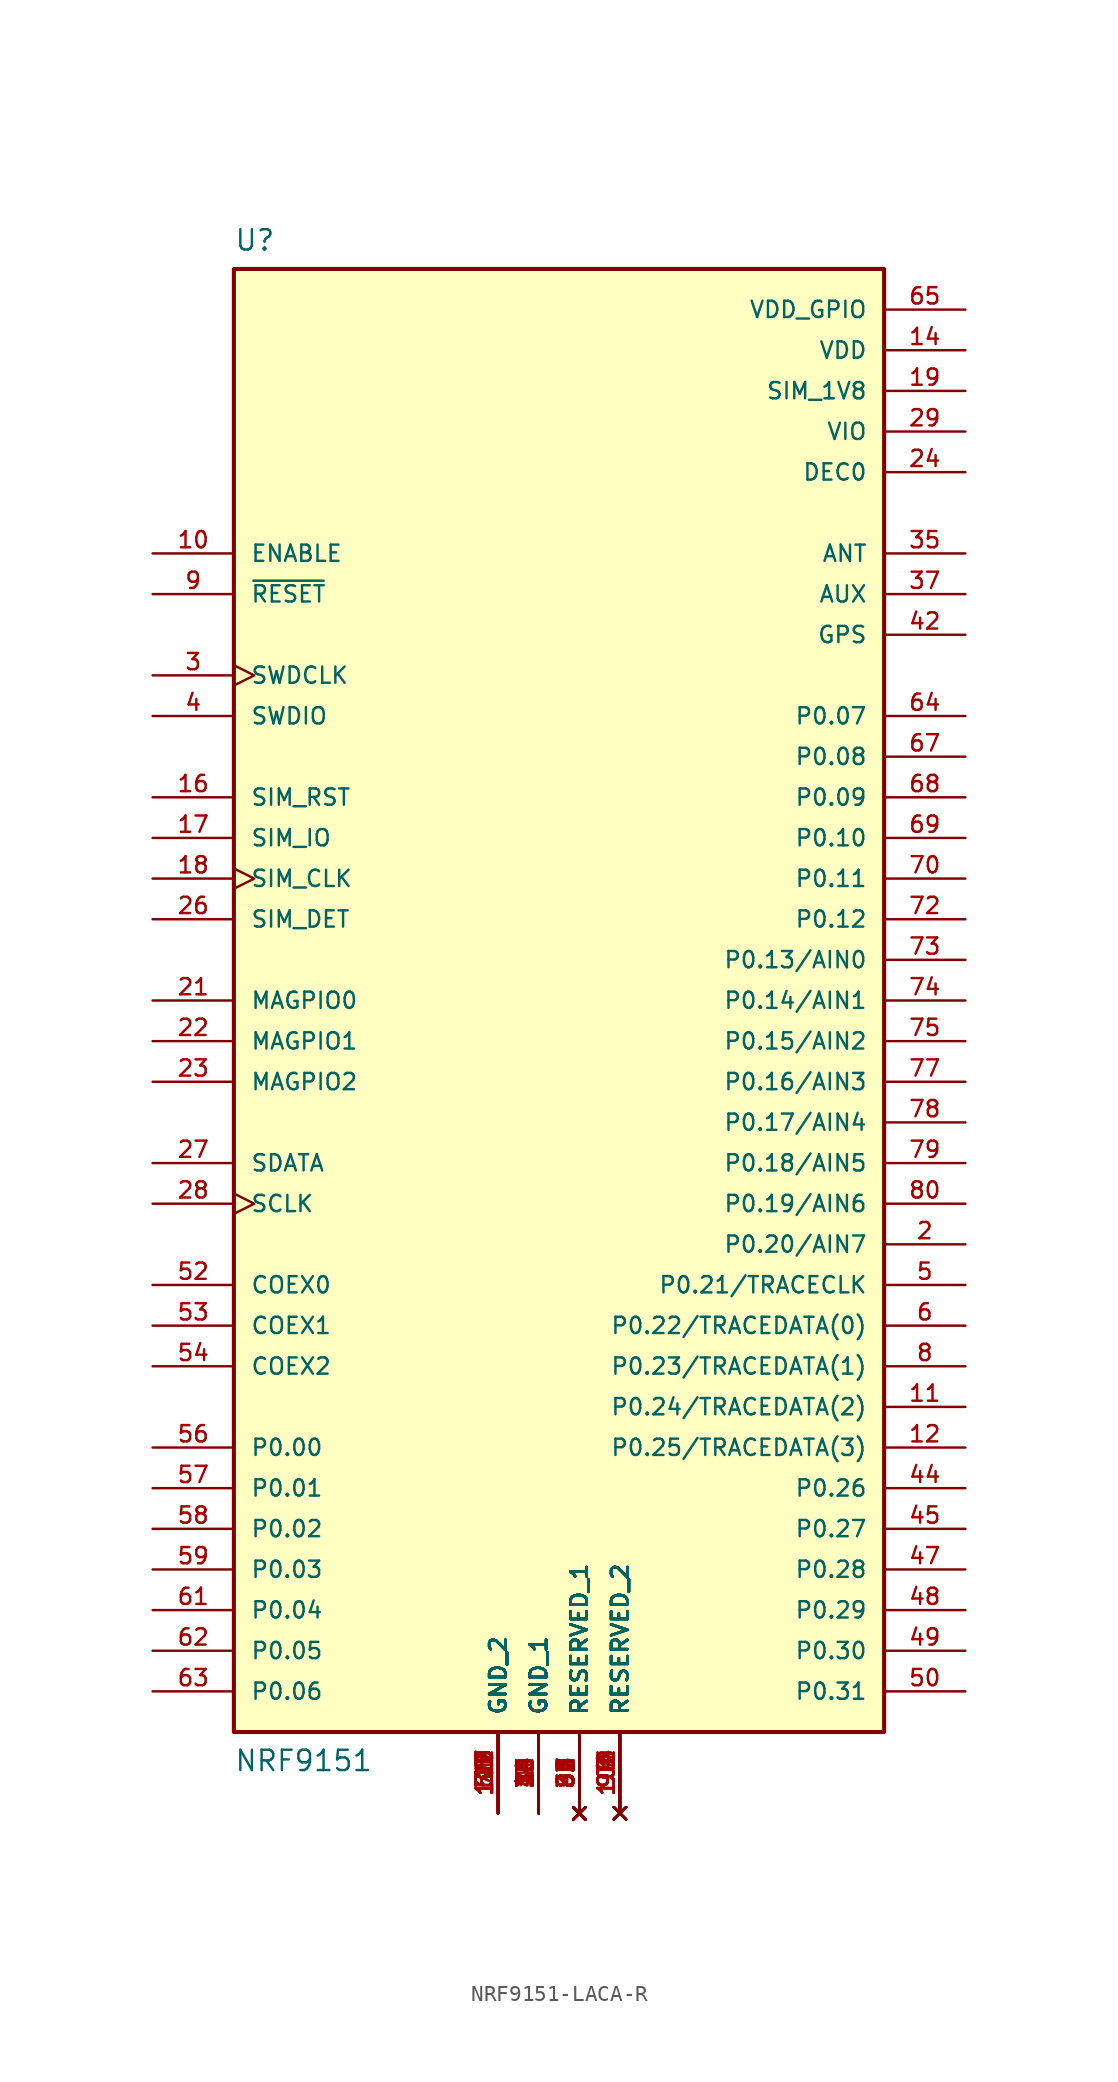
<source format=kicad_sym>
(kicad_symbol_lib
  (version 20231120)
  (generator "kicad_symbol_editor")
  (generator_version "8.0")
  (symbol "NRF9151-LACA-R"
    (pin_names
      (offset 1.016))
    (property "Reference" "U"
      (at -20.32 48.26 0)
      (effects (font (size 1.27 1.27)) (justify left top)))
    (property "Value" "NRF9151"
      (at -20.32 -48.26 0)
      (effects (font (size 1.27 1.27)) (justify left bottom)))
    (symbol "NRF9151-LACA-R_1_0"
      (rectangle (start -20.32 -45.72) (end 20.32 45.72) (stroke (width 0.254) (type default)) (fill (type background)))
      (pin power_in line (at -1.27 -50.8 90) (length 5.08) (name "GND_1" (effects (font (size 1.016 1.016)))) (number "1" (effects (font (size 1.016 1.016)))))
      (pin input line (at -25.4 27.94 0) (length 5.08) (name "ENABLE" (effects (font (size 1.016 1.016)))) (number "10" (effects (font (size 1.016 1.016)))))
      (pin no_connect line (at 3.81 -50.8 90) (length 5.08) (name "RESERVED_2" (effects (font (size 1.016 1.016)))) (number "100" (effects (font (size 1.016 1.016)))))
      (pin no_connect line (at 3.81 -50.8 90) (length 5.08) (name "RESERVED_2" (effects (font (size 1.016 1.016)))) (number "101" (effects (font (size 1.016 1.016)))))
      (pin no_connect line (at 3.81 -50.8 90) (length 5.08) (name "RESERVED_2" (effects (font (size 1.016 1.016)))) (number "102" (effects (font (size 1.016 1.016)))))
      (pin no_connect line (at 3.81 -50.8 90) (length 5.08) (name "RESERVED_2" (effects (font (size 1.016 1.016)))) (number "103" (effects (font (size 1.016 1.016)))))
      (pin no_connect line (at 3.81 -50.8 90) (length 5.08) (name "RESERVED_2" (effects (font (size 1.016 1.016)))) (number "104" (effects (font (size 1.016 1.016)))))
      (pin power_in line (at -3.81 -50.8 90) (length 5.08) (name "GND_2" (effects (font (size 1.016 1.016)))) (number "105" (effects (font (size 1.016 1.016)))))
      (pin power_in line (at -3.81 -50.8 90) (length 5.08) (name "GND_2" (effects (font (size 1.016 1.016)))) (number "106" (effects (font (size 1.016 1.016)))))
      (pin power_in line (at -3.81 -50.8 90) (length 5.08) (name "GND_2" (effects (font (size 1.016 1.016)))) (number "107" (effects (font (size 1.016 1.016)))))
      (pin power_in line (at -3.81 -50.8 90) (length 5.08) (name "GND_2" (effects (font (size 1.016 1.016)))) (number "108" (effects (font (size 1.016 1.016)))))
      (pin power_in line (at -3.81 -50.8 90) (length 5.08) (name "GND_2" (effects (font (size 1.016 1.016)))) (number "109" (effects (font (size 1.016 1.016)))))
      (pin bidirectional line (at 25.4 -25.4 180) (length 5.08) (name "P0.24/TRACEDATA(2)" (effects (font (size 1.016 1.016)))) (number "11" (effects (font (size 1.016 1.016)))))
      (pin power_in line (at -3.81 -50.8 90) (length 5.08) (name "GND_2" (effects (font (size 1.016 1.016)))) (number "110" (effects (font (size 1.016 1.016)))))
      (pin power_in line (at -3.81 -50.8 90) (length 5.08) (name "GND_2" (effects (font (size 1.016 1.016)))) (number "111" (effects (font (size 1.016 1.016)))))
      (pin power_in line (at -3.81 -50.8 90) (length 5.08) (name "GND_2" (effects (font (size 1.016 1.016)))) (number "112" (effects (font (size 1.016 1.016)))))
      (pin power_in line (at -3.81 -50.8 90) (length 5.08) (name "GND_2" (effects (font (size 1.016 1.016)))) (number "113" (effects (font (size 1.016 1.016)))))
      (pin bidirectional line (at 25.4 -27.94 180) (length 5.08) (name "P0.25/TRACEDATA(3)" (effects (font (size 1.016 1.016)))) (number "12" (effects (font (size 1.016 1.016)))))
      (pin power_in line (at -1.27 -50.8 90) (length 5.08) (name "GND_1" (effects (font (size 1.016 1.016)))) (number "13" (effects (font (size 1.016 1.016)))))
      (pin power_in line (at 25.4 40.64 180) (length 5.08) (name "VDD" (effects (font (size 1.016 1.016)))) (number "14" (effects (font (size 1.016 1.016)))))
      (pin power_in line (at -1.27 -50.8 90) (length 5.08) (name "GND_1" (effects (font (size 1.016 1.016)))) (number "15" (effects (font (size 1.016 1.016)))))
      (pin bidirectional line (at -25.4 12.7 0) (length 5.08) (name "SIM_RST" (effects (font (size 1.016 1.016)))) (number "16" (effects (font (size 1.016 1.016)))))
      (pin bidirectional line (at -25.4 10.16 0) (length 5.08) (name "SIM_IO" (effects (font (size 1.016 1.016)))) (number "17" (effects (font (size 1.016 1.016)))))
      (pin bidirectional clock (at -25.4 7.62 0) (length 5.08) (name "SIM_CLK" (effects (font (size 1.016 1.016)))) (number "18" (effects (font (size 1.016 1.016)))))
      (pin power_in line (at 25.4 38.1 180) (length 5.08) (name "SIM_1V8" (effects (font (size 1.016 1.016)))) (number "19" (effects (font (size 1.016 1.016)))))
      (pin bidirectional line (at 25.4 -15.24 180) (length 5.08) (name "P0.20/AIN7" (effects (font (size 1.016 1.016)))) (number "2" (effects (font (size 1.016 1.016)))))
      (pin power_in line (at -1.27 -50.8 90) (length 5.08) (name "GND_1" (effects (font (size 1.016 1.016)))) (number "20" (effects (font (size 1.016 1.016)))))
      (pin bidirectional line (at -25.4 0 0) (length 5.08) (name "MAGPIO0" (effects (font (size 1.016 1.016)))) (number "21" (effects (font (size 1.016 1.016)))))
      (pin bidirectional line (at -25.4 -2.54 0) (length 5.08) (name "MAGPIO1" (effects (font (size 1.016 1.016)))) (number "22" (effects (font (size 1.016 1.016)))))
      (pin bidirectional line (at -25.4 -5.08 0) (length 5.08) (name "MAGPIO2" (effects (font (size 1.016 1.016)))) (number "23" (effects (font (size 1.016 1.016)))))
      (pin power_in line (at 25.4 33.02 180) (length 5.08) (name "DEC0" (effects (font (size 1.016 1.016)))) (number "24" (effects (font (size 1.016 1.016)))))
      (pin power_in line (at -1.27 -50.8 90) (length 5.08) (name "GND_1" (effects (font (size 1.016 1.016)))) (number "25" (effects (font (size 1.016 1.016)))))
      (pin bidirectional line (at -25.4 5.08 0) (length 5.08) (name "SIM_DET" (effects (font (size 1.016 1.016)))) (number "26" (effects (font (size 1.016 1.016)))))
      (pin bidirectional line (at -25.4 -10.16 0) (length 5.08) (name "SDATA" (effects (font (size 1.016 1.016)))) (number "27" (effects (font (size 1.016 1.016)))))
      (pin bidirectional clock (at -25.4 -12.7 0) (length 5.08) (name "SCLK" (effects (font (size 1.016 1.016)))) (number "28" (effects (font (size 1.016 1.016)))))
      (pin power_in line (at 25.4 35.56 180) (length 5.08) (name "VIO" (effects (font (size 1.016 1.016)))) (number "29" (effects (font (size 1.016 1.016)))))
      (pin input clock (at -25.4 20.32 0) (length 5.08) (name "SWDCLK" (effects (font (size 1.016 1.016)))) (number "3" (effects (font (size 1.016 1.016)))))
      (pin power_in line (at -1.27 -50.8 90) (length 5.08) (name "GND_1" (effects (font (size 1.016 1.016)))) (number "30" (effects (font (size 1.016 1.016)))))
      (pin no_connect line (at 1.27 -50.8 90) (length 5.08) (name "RESERVED_1" (effects (font (size 1.016 1.016)))) (number "31" (effects (font (size 1.016 1.016)))))
      (pin no_connect line (at 1.27 -50.8 90) (length 5.08) (name "RESERVED_1" (effects (font (size 1.016 1.016)))) (number "32" (effects (font (size 1.016 1.016)))))
      (pin no_connect line (at 1.27 -50.8 90) (length 5.08) (name "RESERVED_1" (effects (font (size 1.016 1.016)))) (number "33" (effects (font (size 1.016 1.016)))))
      (pin power_in line (at -1.27 -50.8 90) (length 5.08) (name "GND_1" (effects (font (size 1.016 1.016)))) (number "34" (effects (font (size 1.016 1.016)))))
      (pin bidirectional line (at 25.4 27.94 180) (length 5.08) (name "ANT" (effects (font (size 1.016 1.016)))) (number "35" (effects (font (size 1.016 1.016)))))
      (pin power_in line (at -1.27 -50.8 90) (length 5.08) (name "GND_1" (effects (font (size 1.016 1.016)))) (number "36" (effects (font (size 1.016 1.016)))))
      (pin bidirectional line (at 25.4 25.4 180) (length 5.08) (name "AUX" (effects (font (size 1.016 1.016)))) (number "37" (effects (font (size 1.016 1.016)))))
      (pin power_in line (at -1.27 -50.8 90) (length 5.08) (name "GND_1" (effects (font (size 1.016 1.016)))) (number "38" (effects (font (size 1.016 1.016)))))
      (pin power_in line (at -1.27 -50.8 90) (length 5.08) (name "GND_1" (effects (font (size 1.016 1.016)))) (number "39" (effects (font (size 1.016 1.016)))))
      (pin bidirectional line (at -25.4 17.78 0) (length 5.08) (name "SWDIO" (effects (font (size 1.016 1.016)))) (number "4" (effects (font (size 1.016 1.016)))))
      (pin power_in line (at -1.27 -50.8 90) (length 5.08) (name "GND_1" (effects (font (size 1.016 1.016)))) (number "40" (effects (font (size 1.016 1.016)))))
      (pin power_in line (at -1.27 -50.8 90) (length 5.08) (name "GND_1" (effects (font (size 1.016 1.016)))) (number "41" (effects (font (size 1.016 1.016)))))
      (pin bidirectional line (at 25.4 22.86 180) (length 5.08) (name "GPS" (effects (font (size 1.016 1.016)))) (number "42" (effects (font (size 1.016 1.016)))))
      (pin power_in line (at -1.27 -50.8 90) (length 5.08) (name "GND_1" (effects (font (size 1.016 1.016)))) (number "43" (effects (font (size 1.016 1.016)))))
      (pin bidirectional line (at 25.4 -30.48 180) (length 5.08) (name "P0.26" (effects (font (size 1.016 1.016)))) (number "44" (effects (font (size 1.016 1.016)))))
      (pin bidirectional line (at 25.4 -33.02 180) (length 5.08) (name "P0.27" (effects (font (size 1.016 1.016)))) (number "45" (effects (font (size 1.016 1.016)))))
      (pin power_in line (at -1.27 -50.8 90) (length 5.08) (name "GND_1" (effects (font (size 1.016 1.016)))) (number "46" (effects (font (size 1.016 1.016)))))
      (pin bidirectional line (at 25.4 -35.56 180) (length 5.08) (name "P0.28" (effects (font (size 1.016 1.016)))) (number "47" (effects (font (size 1.016 1.016)))))
      (pin bidirectional line (at 25.4 -38.1 180) (length 5.08) (name "P0.29" (effects (font (size 1.016 1.016)))) (number "48" (effects (font (size 1.016 1.016)))))
      (pin bidirectional line (at 25.4 -40.64 180) (length 5.08) (name "P0.30" (effects (font (size 1.016 1.016)))) (number "49" (effects (font (size 1.016 1.016)))))
      (pin bidirectional line (at 25.4 -17.78 180) (length 5.08) (name "P0.21/TRACECLK" (effects (font (size 1.016 1.016)))) (number "5" (effects (font (size 1.016 1.016)))))
      (pin bidirectional line (at 25.4 -43.18 180) (length 5.08) (name "P0.31" (effects (font (size 1.016 1.016)))) (number "50" (effects (font (size 1.016 1.016)))))
      (pin power_in line (at -3.81 -50.8 90) (length 5.08) (name "GND_2" (effects (font (size 1.016 1.016)))) (number "51" (effects (font (size 1.016 1.016)))))
      (pin bidirectional line (at -25.4 -17.78 0) (length 5.08) (name "COEX0" (effects (font (size 1.016 1.016)))) (number "52" (effects (font (size 1.016 1.016)))))
      (pin bidirectional line (at -25.4 -20.32 0) (length 5.08) (name "COEX1" (effects (font (size 1.016 1.016)))) (number "53" (effects (font (size 1.016 1.016)))))
      (pin bidirectional line (at -25.4 -22.86 0) (length 5.08) (name "COEX2" (effects (font (size 1.016 1.016)))) (number "54" (effects (font (size 1.016 1.016)))))
      (pin power_in line (at -3.81 -50.8 90) (length 5.08) (name "GND_2" (effects (font (size 1.016 1.016)))) (number "55" (effects (font (size 1.016 1.016)))))
      (pin bidirectional line (at -25.4 -27.94 0) (length 5.08) (name "P0.00" (effects (font (size 1.016 1.016)))) (number "56" (effects (font (size 1.016 1.016)))))
      (pin bidirectional line (at -25.4 -30.48 0) (length 5.08) (name "P0.01" (effects (font (size 1.016 1.016)))) (number "57" (effects (font (size 1.016 1.016)))))
      (pin bidirectional line (at -25.4 -33.02 0) (length 5.08) (name "P0.02" (effects (font (size 1.016 1.016)))) (number "58" (effects (font (size 1.016 1.016)))))
      (pin bidirectional line (at -25.4 -35.56 0) (length 5.08) (name "P0.03" (effects (font (size 1.016 1.016)))) (number "59" (effects (font (size 1.016 1.016)))))
      (pin bidirectional line (at 25.4 -20.32 180) (length 5.08) (name "P0.22/TRACEDATA(0)" (effects (font (size 1.016 1.016)))) (number "6" (effects (font (size 1.016 1.016)))))
      (pin power_in line (at -3.81 -50.8 90) (length 5.08) (name "GND_2" (effects (font (size 1.016 1.016)))) (number "60" (effects (font (size 1.016 1.016)))))
      (pin bidirectional line (at -25.4 -38.1 0) (length 5.08) (name "P0.04" (effects (font (size 1.016 1.016)))) (number "61" (effects (font (size 1.016 1.016)))))
      (pin bidirectional line (at -25.4 -40.64 0) (length 5.08) (name "P0.05" (effects (font (size 1.016 1.016)))) (number "62" (effects (font (size 1.016 1.016)))))
      (pin bidirectional line (at -25.4 -43.18 0) (length 5.08) (name "P0.06" (effects (font (size 1.016 1.016)))) (number "63" (effects (font (size 1.016 1.016)))))
      (pin bidirectional line (at 25.4 17.78 180) (length 5.08) (name "P0.07" (effects (font (size 1.016 1.016)))) (number "64" (effects (font (size 1.016 1.016)))))
      (pin power_in line (at 25.4 43.18 180) (length 5.08) (name "VDD_GPIO" (effects (font (size 1.016 1.016)))) (number "65" (effects (font (size 1.016 1.016)))))
      (pin power_in line (at -3.81 -50.8 90) (length 5.08) (name "GND_2" (effects (font (size 1.016 1.016)))) (number "66" (effects (font (size 1.016 1.016)))))
      (pin bidirectional line (at 25.4 15.24 180) (length 5.08) (name "P0.08" (effects (font (size 1.016 1.016)))) (number "67" (effects (font (size 1.016 1.016)))))
      (pin bidirectional line (at 25.4 12.7 180) (length 5.08) (name "P0.09" (effects (font (size 1.016 1.016)))) (number "68" (effects (font (size 1.016 1.016)))))
      (pin bidirectional line (at 25.4 10.16 180) (length 5.08) (name "P0.10" (effects (font (size 1.016 1.016)))) (number "69" (effects (font (size 1.016 1.016)))))
      (pin power_in line (at -1.27 -50.8 90) (length 5.08) (name "GND_1" (effects (font (size 1.016 1.016)))) (number "7" (effects (font (size 1.016 1.016)))))
      (pin bidirectional line (at 25.4 7.62 180) (length 5.08) (name "P0.11" (effects (font (size 1.016 1.016)))) (number "70" (effects (font (size 1.016 1.016)))))
      (pin power_in line (at -3.81 -50.8 90) (length 5.08) (name "GND_2" (effects (font (size 1.016 1.016)))) (number "71" (effects (font (size 1.016 1.016)))))
      (pin bidirectional line (at 25.4 5.08 180) (length 5.08) (name "P0.12" (effects (font (size 1.016 1.016)))) (number "72" (effects (font (size 1.016 1.016)))))
      (pin bidirectional line (at 25.4 2.54 180) (length 5.08) (name "P0.13/AIN0" (effects (font (size 1.016 1.016)))) (number "73" (effects (font (size 1.016 1.016)))))
      (pin bidirectional line (at 25.4 0 180) (length 5.08) (name "P0.14/AIN1" (effects (font (size 1.016 1.016)))) (number "74" (effects (font (size 1.016 1.016)))))
      (pin bidirectional line (at 25.4 -2.54 180) (length 5.08) (name "P0.15/AIN2" (effects (font (size 1.016 1.016)))) (number "75" (effects (font (size 1.016 1.016)))))
      (pin power_in line (at -3.81 -50.8 90) (length 5.08) (name "GND_2" (effects (font (size 1.016 1.016)))) (number "76" (effects (font (size 1.016 1.016)))))
      (pin bidirectional line (at 25.4 -5.08 180) (length 5.08) (name "P0.16/AIN3" (effects (font (size 1.016 1.016)))) (number "77" (effects (font (size 1.016 1.016)))))
      (pin bidirectional line (at 25.4 -7.62 180) (length 5.08) (name "P0.17/AIN4" (effects (font (size 1.016 1.016)))) (number "78" (effects (font (size 1.016 1.016)))))
      (pin bidirectional line (at 25.4 -10.16 180) (length 5.08) (name "P0.18/AIN5" (effects (font (size 1.016 1.016)))) (number "79" (effects (font (size 1.016 1.016)))))
      (pin bidirectional line (at 25.4 -22.86 180) (length 5.08) (name "P0.23/TRACEDATA(1)" (effects (font (size 1.016 1.016)))) (number "8" (effects (font (size 1.016 1.016)))))
      (pin bidirectional line (at 25.4 -12.7 180) (length 5.08) (name "P0.19/AIN6" (effects (font (size 1.016 1.016)))) (number "80" (effects (font (size 1.016 1.016)))))
      (pin no_connect line (at 1.27 -50.8 90) (length 5.08) (name "RESERVED_1" (effects (font (size 1.016 1.016)))) (number "81" (effects (font (size 1.016 1.016)))))
      (pin no_connect line (at 1.27 -50.8 90) (length 5.08) (name "RESERVED_1" (effects (font (size 1.016 1.016)))) (number "82" (effects (font (size 1.016 1.016)))))
      (pin no_connect line (at 1.27 -50.8 90) (length 5.08) (name "RESERVED_1" (effects (font (size 1.016 1.016)))) (number "83" (effects (font (size 1.016 1.016)))))
      (pin no_connect line (at 1.27 -50.8 90) (length 5.08) (name "RESERVED_1" (effects (font (size 1.016 1.016)))) (number "84" (effects (font (size 1.016 1.016)))))
      (pin no_connect line (at 1.27 -50.8 90) (length 5.08) (name "RESERVED_1" (effects (font (size 1.016 1.016)))) (number "85" (effects (font (size 1.016 1.016)))))
      (pin no_connect line (at 1.27 -50.8 90) (length 5.08) (name "RESERVED_1" (effects (font (size 1.016 1.016)))) (number "86" (effects (font (size 1.016 1.016)))))
      (pin no_connect line (at 1.27 -50.8 90) (length 5.08) (name "RESERVED_1" (effects (font (size 1.016 1.016)))) (number "87" (effects (font (size 1.016 1.016)))))
      (pin no_connect line (at 1.27 -50.8 90) (length 5.08) (name "RESERVED_1" (effects (font (size 1.016 1.016)))) (number "88" (effects (font (size 1.016 1.016)))))
      (pin no_connect line (at 1.27 -50.8 90) (length 5.08) (name "RESERVED_1" (effects (font (size 1.016 1.016)))) (number "89" (effects (font (size 1.016 1.016)))))
      (pin input line (at -25.4 25.4 0) (length 5.08) (name "~{RESET}" (effects (font (size 1.016 1.016)))) (number "9" (effects (font (size 1.016 1.016)))))
      (pin no_connect line (at 1.27 -50.8 90) (length 5.08) (name "RESERVED_1" (effects (font (size 1.016 1.016)))) (number "90" (effects (font (size 1.016 1.016)))))
      (pin no_connect line (at 1.27 -50.8 90) (length 5.08) (name "RESERVED_1" (effects (font (size 1.016 1.016)))) (number "91" (effects (font (size 1.016 1.016)))))
      (pin no_connect line (at 1.27 -50.8 90) (length 5.08) (name "RESERVED_1" (effects (font (size 1.016 1.016)))) (number "92" (effects (font (size 1.016 1.016)))))
      (pin no_connect line (at 3.81 -50.8 90) (length 5.08) (name "RESERVED_2" (effects (font (size 1.016 1.016)))) (number "93" (effects (font (size 1.016 1.016)))))
      (pin no_connect line (at 3.81 -50.8 90) (length 5.08) (name "RESERVED_2" (effects (font (size 1.016 1.016)))) (number "94" (effects (font (size 1.016 1.016)))))
      (pin no_connect line (at 3.81 -50.8 90) (length 5.08) (name "RESERVED_2" (effects (font (size 1.016 1.016)))) (number "95" (effects (font (size 1.016 1.016)))))
      (pin no_connect line (at 3.81 -50.8 90) (length 5.08) (name "RESERVED_2" (effects (font (size 1.016 1.016)))) (number "96" (effects (font (size 1.016 1.016)))))
      (pin no_connect line (at 3.81 -50.8 90) (length 5.08) (name "RESERVED_2" (effects (font (size 1.016 1.016)))) (number "97" (effects (font (size 1.016 1.016)))))
      (pin no_connect line (at 3.81 -50.8 90) (length 5.08) (name "RESERVED_2" (effects (font (size 1.016 1.016)))) (number "98" (effects (font (size 1.016 1.016)))))
      (pin no_connect line (at 3.81 -50.8 90) (length 5.08) (name "RESERVED_2" (effects (font (size 1.016 1.016)))) (number "99" (effects (font (size 1.016 1.016))))))))
</source>
